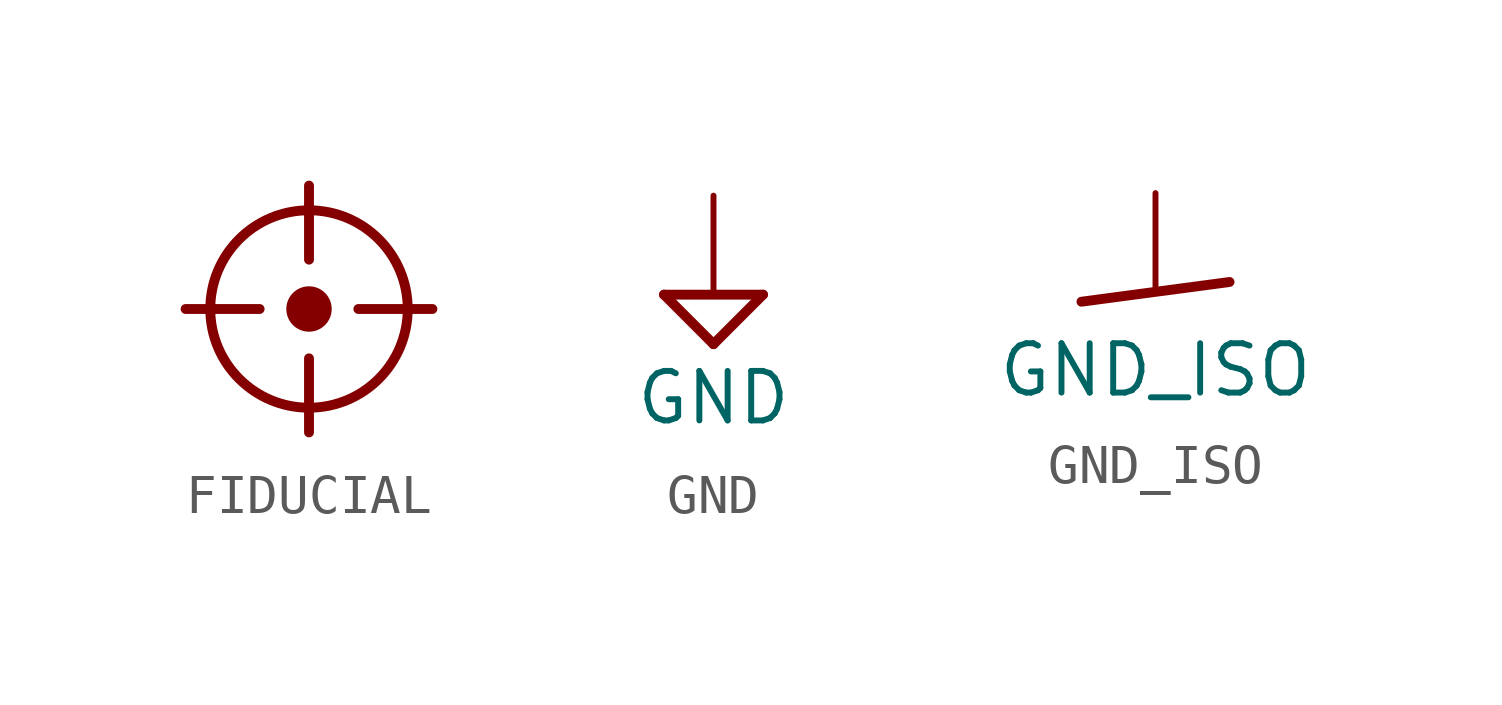
<source format=kicad_sym>
(kicad_symbol_lib
  (version 20241209)
  (generator "kicad_symbol_editor")
  (generator_version "9.0")
  (symbol "FIDUCIAL"
    (property "Reference" "FM"
      (at 1.524 3.556 0)
      (effects (font (size 1.27 1.27)) (hide yes)))
    (symbol "FIDUCIAL_1_0"
      (polyline (pts (xy -1.27 0) (xy -3.175 0)) (stroke (width 0.254) (type solid)) (fill (type none)))
      (polyline (pts (xy 0 1.27) (xy 0 3.175)) (stroke (width 0.254) (type solid)) (fill (type none)))
      (circle (center 0 0) (radius 2.54) (stroke (width 0.254) (type solid)) (fill (type none)))
      (polyline (pts (xy 0 -1.27) (xy 0 -3.175)) (stroke (width 0.254) (type solid)) (fill (type none)))
      (polyline (pts (xy 1.27 0) (xy 3.175 0)) (stroke (width 0.254) (type solid)) (fill (type none))))
    (symbol "FIDUCIAL_1_1"
      (circle (center 0 0) (radius 0.508) (stroke (width 0) (type default)) (fill (type outline)))))
  (symbol "GND"
    (power)
    (property "Reference" "#GND"
      (at 0 0 0)
      (effects (font (size 1.27 1.27)) (hide yes)))
    (property "Value" "GND"
      (at 0 -1.905 0)
      (effects (font (size 1.27 1.27)) (justify top)))
    (property "ki_locked" ""
      (at 0 0 0)
      (effects (font (size 1.27 1.27))))
    (symbol "GND_1_0"
      (polyline (pts (xy -1.27 0) (xy 1.27 0)) (stroke (width 0.254) (type solid)) (fill (type none)))
      (polyline (pts (xy 0 -1.27) (xy -1.27 0)) (stroke (width 0.254) (type solid)) (fill (type none)))
      (polyline (pts (xy 1.27 0) (xy 0 -1.27)) (stroke (width 0.254) (type solid)) (fill (type none)))
      (pin power_in line (at 0 2.54 270) (length 2.54) (name "GND" (effects (font (size 0 0)))) (number "1" (effects (font (size 0 0)))))))
  (symbol "GND_ISO"
    (power)
    (property "Reference" "#GND_ISO"
      (at 0 0 0)
      (effects (font (size 1.27 1.27)) (hide yes)))
    (property "Value" "GND_ISO"
      (at 0 -1.27 0)
      (effects (font (size 1.27 1.27)) (justify top)))
    (property "ki_locked" ""
      (at 0 0 0)
      (effects (font (size 1.27 1.27))))
    (symbol "GND_ISO_1_0"
      (polyline (pts (xy -1.905 -0.254) (xy 1.905 0.254)) (stroke (width 0.254) (type solid)) (fill (type none)))
      (pin power_in line (at 0 2.54 270) (length 2.54) (name "GNDIO" (effects (font (size 0 0)))) (number "1" (effects (font (size 0 0))))))))
</source>
